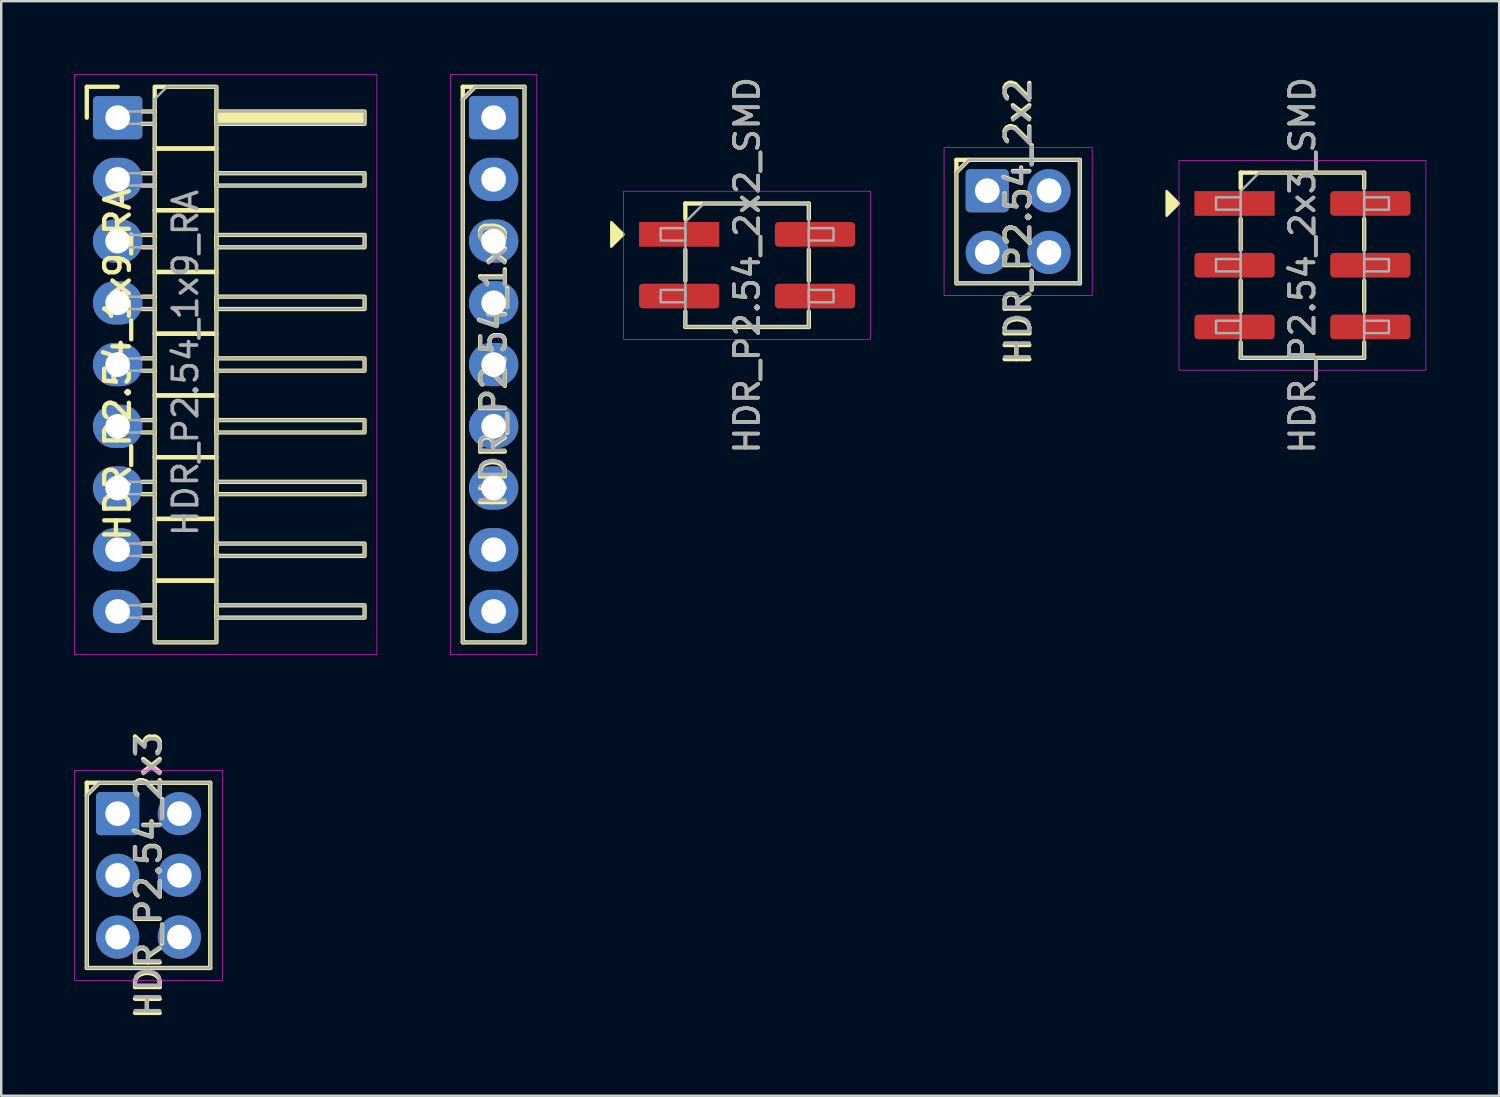
<source format=kicad_pcb>
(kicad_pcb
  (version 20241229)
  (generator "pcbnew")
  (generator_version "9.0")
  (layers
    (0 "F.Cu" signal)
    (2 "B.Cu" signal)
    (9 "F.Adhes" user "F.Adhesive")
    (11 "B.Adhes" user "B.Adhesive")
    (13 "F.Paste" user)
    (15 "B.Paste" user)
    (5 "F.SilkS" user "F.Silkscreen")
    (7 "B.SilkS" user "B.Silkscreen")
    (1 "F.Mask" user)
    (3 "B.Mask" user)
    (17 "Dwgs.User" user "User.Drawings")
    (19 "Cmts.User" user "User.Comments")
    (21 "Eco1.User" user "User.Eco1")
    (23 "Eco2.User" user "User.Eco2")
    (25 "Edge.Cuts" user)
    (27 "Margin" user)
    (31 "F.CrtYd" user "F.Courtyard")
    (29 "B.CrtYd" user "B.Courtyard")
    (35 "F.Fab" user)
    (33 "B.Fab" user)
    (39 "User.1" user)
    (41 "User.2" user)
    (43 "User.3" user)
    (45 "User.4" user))
  (footprint "HDR_P2.54_2x3"
    (layer "F.Cu")
    (at 3.061 32.969)
    (property "Reference" "HDR_P2.54_2x3" (at 0 0 90) (layer "F.SilkS") (effects (font (size 1.016 1.016) (thickness 0.178))))
    (attr through_hole)
    (fp_line (start -2.54 -3.81) (end -2.54 3.81) (stroke (width 0.178) (type solid)) (layer "F.SilkS"))
    (fp_line (start -2.54 -3.81) (end 2.54 -3.81) (stroke (width 0.178) (type solid)) (layer "F.SilkS"))
    (fp_line (start -2.54 -3.302) (end -2.032 -3.81) (stroke (width 0.178) (type solid)) (layer "F.SilkS"))
    (fp_line (start -2.54 3.81) (end 2.54 3.81) (stroke (width 0.178) (type solid)) (layer "F.SilkS"))
    (fp_line (start 2.54 -3.81) (end 2.54 3.81) (stroke (width 0.178) (type solid)) (layer "F.SilkS"))
    (fp_rect (start -3.048 -4.318) (end 3.048 4.318) (stroke (width 0.025) (type solid)) (fill no) (layer "F.CrtYd"))
    (fp_line (start -2.54 -3.302) (end -2.032 -3.81) (stroke (width 0.1) (type solid)) (layer "F.Fab"))
    (fp_line (start -2.54 3.81) (end -2.54 -3.302) (stroke (width 0.1) (type solid)) (layer "F.Fab"))
    (fp_line (start -2.032 -3.81) (end 2.54 -3.81) (stroke (width 0.1) (type solid)) (layer "F.Fab"))
    (fp_line (start 2.54 -3.81) (end 2.54 3.81) (stroke (width 0.1) (type solid)) (layer "F.Fab"))
    (fp_line (start 2.54 3.81) (end -2.54 3.81) (stroke (width 0.1) (type solid)) (layer "F.Fab"))
    (fp_text user "${REFERENCE}" (at 0 0 90) (layer "F.Fab") (effects (font (size 1 1) (thickness 0.15))))
    (pad "1" thru_hole roundrect (at -1.27 -2.54) (size 1.778 1.778) (drill 1.016) (layers "*.Cu" "*.Mask") (roundrect_rratio 0.1))
    (pad "2" thru_hole oval (at 1.27 -2.54) (size 1.778 1.778) (drill 1.016) (layers "*.Cu" "*.Mask"))
    (pad "3" thru_hole oval (at -1.27 0) (size 1.778 1.778) (drill 1.016) (layers "*.Cu" "*.Mask"))
    (pad "4" thru_hole oval (at 1.27 0) (size 1.778 1.778) (drill 1.016) (layers "*.Cu" "*.Mask"))
    (pad "5" thru_hole oval (at -1.27 2.54) (size 1.778 1.778) (drill 1.016) (layers "*.Cu" "*.Mask"))
    (pad "6" thru_hole oval (at 1.27 2.54) (size 1.778 1.778) (drill 1.016) (layers "*.Cu" "*.Mask")))
  (footprint "HDR_P2.54_1x9_RA"
    (layer "F.Cu")
    (at 1.791 11.951)
    (property "Reference" "HDR_P2.54_1x9_RA" (at 0 0 90) (layer "F.SilkS") (effects (font (size 1.016 1.016) (thickness 0.178))))
    (attr through_hole)
    (fp_line (start -1.27 -11.43) (end 0 -11.43) (stroke (width 0.178) (type solid)) (layer "F.SilkS"))
    (fp_line (start -1.27 -10.16) (end -1.27 -11.43) (stroke (width 0.178) (type solid)) (layer "F.SilkS"))
    (fp_line (start 1.016 -10.414) (end 1.524 -10.414) (stroke (width 0.178) (type solid)) (layer "F.SilkS"))
    (fp_line (start 1.016 -9.906) (end 1.524 -9.906) (stroke (width 0.178) (type solid)) (layer "F.SilkS"))
    (fp_line (start 1.016 -7.874) (end 1.524 -7.874) (stroke (width 0.178) (type solid)) (layer "F.SilkS"))
    (fp_line (start 1.016 -7.366) (end 1.524 -7.366) (stroke (width 0.178) (type solid)) (layer "F.SilkS"))
    (fp_line (start 1.016 -5.334) (end 1.524 -5.334) (stroke (width 0.178) (type solid)) (layer "F.SilkS"))
    (fp_line (start 1.016 -4.826) (end 1.524 -4.826) (stroke (width 0.178) (type solid)) (layer "F.SilkS"))
    (fp_line (start 1.016 -2.794) (end 1.524 -2.794) (stroke (width 0.178) (type solid)) (layer "F.SilkS"))
    (fp_line (start 1.016 -2.286) (end 1.524 -2.286) (stroke (width 0.178) (type solid)) (layer "F.SilkS"))
    (fp_line (start 1.016 -0.254) (end 1.524 -0.254) (stroke (width 0.178) (type solid)) (layer "F.SilkS"))
    (fp_line (start 1.016 0.254) (end 1.524 0.254) (stroke (width 0.178) (type solid)) (layer "F.SilkS"))
    (fp_line (start 1.016 2.286) (end 1.524 2.286) (stroke (width 0.178) (type solid)) (layer "F.SilkS"))
    (fp_line (start 1.016 2.794) (end 1.524 2.794) (stroke (width 0.178) (type solid)) (layer "F.SilkS"))
    (fp_line (start 1.016 4.826) (end 1.524 4.826) (stroke (width 0.178) (type solid)) (layer "F.SilkS"))
    (fp_line (start 1.016 5.334) (end 1.524 5.334) (stroke (width 0.178) (type solid)) (layer "F.SilkS"))
    (fp_line (start 1.016 7.366) (end 1.524 7.366) (stroke (width 0.178) (type solid)) (layer "F.SilkS"))
    (fp_line (start 1.016 7.874) (end 1.524 7.874) (stroke (width 0.178) (type solid)) (layer "F.SilkS"))
    (fp_line (start 1.016 9.906) (end 1.524 9.906) (stroke (width 0.178) (type solid)) (layer "F.SilkS"))
    (fp_line (start 1.016 10.414) (end 1.524 10.414) (stroke (width 0.178) (type solid)) (layer "F.SilkS"))
    (fp_rect (start 1.524 -8.89) (end 4.064 -11.43) (stroke (width 0.178) (type solid)) (fill no) (layer "F.SilkS"))
    (fp_rect (start 1.524 -6.35) (end 4.064 -8.89) (stroke (width 0.178) (type solid)) (fill no) (layer "F.SilkS"))
    (fp_rect (start 1.524 -3.81) (end 4.064 -6.35) (stroke (width 0.178) (type solid)) (fill no) (layer "F.SilkS"))
    (fp_rect (start 1.524 -1.27) (end 4.064 -3.81) (stroke (width 0.178) (type solid)) (fill no) (layer "F.SilkS"))
    (fp_rect (start 1.524 1.27) (end 4.064 -1.27) (stroke (width 0.178) (type solid)) (fill no) (layer "F.SilkS"))
    (fp_rect (start 1.524 3.81) (end 4.064 1.27) (stroke (width 0.178) (type solid)) (fill no) (layer "F.SilkS"))
    (fp_rect (start 1.524 6.35) (end 4.064 3.81) (stroke (width 0.178) (type solid)) (fill no) (layer "F.SilkS"))
    (fp_rect (start 1.524 8.89) (end 4.064 6.35) (stroke (width 0.178) (type solid)) (fill no) (layer "F.SilkS"))
    (fp_rect (start 1.524 11.43) (end 4.064 8.89) (stroke (width 0.178) (type solid)) (fill no) (layer "F.SilkS"))
    (fp_rect (start 4.064 -10.414) (end 10.16 -9.906) (stroke (width 0.178) (type solid)) (fill yes) (layer "F.SilkS"))
    (fp_rect (start 4.064 -7.874) (end 10.16 -7.366) (stroke (width 0.178) (type solid)) (fill no) (layer "F.SilkS"))
    (fp_rect (start 4.064 -5.334) (end 10.16 -4.826) (stroke (width 0.178) (type solid)) (fill no) (layer "F.SilkS"))
    (fp_rect (start 4.064 -2.794) (end 10.16 -2.286) (stroke (width 0.178) (type solid)) (fill no) (layer "F.SilkS"))
    (fp_rect (start 4.064 -0.254) (end 10.16 0.254) (stroke (width 0.178) (type solid)) (fill no) (layer "F.SilkS"))
    (fp_rect (start 4.064 2.286) (end 10.16 2.794) (stroke (width 0.178) (type solid)) (fill no) (layer "F.SilkS"))
    (fp_rect (start 4.064 4.826) (end 10.16 5.334) (stroke (width 0.178) (type solid)) (fill no) (layer "F.SilkS"))
    (fp_rect (start 4.064 7.366) (end 10.16 7.874) (stroke (width 0.178) (type solid)) (fill no) (layer "F.SilkS"))
    (fp_rect (start 4.064 9.906) (end 10.16 10.414) (stroke (width 0.178) (type solid)) (fill no) (layer "F.SilkS"))
    (fp_rect (start -1.778 -11.938) (end 10.668 11.938) (stroke (width 0.025) (type solid)) (fill no) (layer "F.CrtYd"))
    (fp_line (start 1.524 -10.922) (end 2.032 -11.43) (stroke (width 0.1) (type solid)) (layer "F.Fab"))
    (fp_line (start 1.524 11.43) (end 1.524 -10.922) (stroke (width 0.1) (type solid)) (layer "F.Fab"))
    (fp_line (start 2.032 -11.43) (end 4.064 -11.43) (stroke (width 0.1) (type solid)) (layer "F.Fab"))
    (fp_line (start 4.064 -11.43) (end 4.064 11.43) (stroke (width 0.1) (type solid)) (layer "F.Fab"))
    (fp_line (start 4.064 11.43) (end 1.524 11.43) (stroke (width 0.1) (type solid)) (layer "F.Fab"))
    (fp_rect (start -0.254 -10.414) (end 1.524 -9.906) (stroke (width 0.1) (type solid)) (fill no) (layer "F.Fab"))
    (fp_rect (start -0.254 -7.874) (end 1.524 -7.366) (stroke (width 0.1) (type solid)) (fill no) (layer "F.Fab"))
    (fp_rect (start -0.254 -5.334) (end 1.524 -4.826) (stroke (width 0.1) (type solid)) (fill no) (layer "F.Fab"))
    (fp_rect (start -0.254 -2.794) (end 1.524 -2.286) (stroke (width 0.1) (type solid)) (fill no) (layer "F.Fab"))
    (fp_rect (start -0.254 0.254) (end 1.524 -0.254) (stroke (width 0.1) (type solid)) (fill no) (layer "F.Fab"))
    (fp_rect (start -0.254 2.286) (end 1.524 2.794) (stroke (width 0.1) (type solid)) (fill no) (layer "F.Fab"))
    (fp_rect (start -0.254 4.826) (end 1.524 5.334) (stroke (width 0.1) (type solid)) (fill no) (layer "F.Fab"))
    (fp_rect (start -0.254 7.366) (end 1.524 7.874) (stroke (width 0.1) (type solid)) (fill no) (layer "F.Fab"))
    (fp_rect (start -0.254 9.906) (end 1.524 10.414) (stroke (width 0.1) (type solid)) (fill no) (layer "F.Fab"))
    (fp_rect (start 4.064 -10.414) (end 10.16 -9.906) (stroke (width 0.1) (type solid)) (fill no) (layer "F.Fab"))
    (fp_rect (start 4.064 -7.874) (end 10.16 -7.366) (stroke (width 0.1) (type solid)) (fill no) (layer "F.Fab"))
    (fp_rect (start 4.064 -5.334) (end 10.16 -4.826) (stroke (width 0.1) (type solid)) (fill no) (layer "F.Fab"))
    (fp_rect (start 4.064 -2.794) (end 10.16 -2.286) (stroke (width 0.1) (type solid)) (fill no) (layer "F.Fab"))
    (fp_rect (start 4.064 -0.254) (end 10.16 0.254) (stroke (width 0.1) (type solid)) (fill no) (layer "F.Fab"))
    (fp_rect (start 4.064 2.286) (end 10.16 2.794) (stroke (width 0.1) (type solid)) (fill no) (layer "F.Fab"))
    (fp_rect (start 4.064 5.334) (end 10.16 4.826) (stroke (width 0.1) (type solid)) (fill no) (layer "F.Fab"))
    (fp_rect (start 4.064 7.874) (end 10.16 7.366) (stroke (width 0.1) (type solid)) (fill no) (layer "F.Fab"))
    (fp_rect (start 4.064 9.906) (end 10.16 10.414) (stroke (width 0.1) (type solid)) (fill no) (layer "F.Fab"))
    (fp_text user "${REFERENCE}" (at 2.794 -0.066 90) (layer "F.Fab") (effects (font (size 1 1) (thickness 0.15))))
    (pad "1" thru_hole roundrect (at 0 -10.16) (size 2.032 1.778) (drill 1.016) (layers "*.Cu" "*.Mask") (roundrect_rratio 0.1))
    (pad "2" thru_hole oval (at 0 -7.62) (size 2.032 1.778) (drill 1.016) (layers "*.Cu" "*.Mask"))
    (pad "3" thru_hole oval (at 0 -5.08) (size 2.032 1.778) (drill 1.016) (layers "*.Cu" "*.Mask"))
    (pad "4" thru_hole oval (at 0 -2.54) (size 2.032 1.778) (drill 1.016) (layers "*.Cu" "*.Mask"))
    (pad "5" thru_hole oval (at 0 0) (size 2.032 1.778) (drill 1.016) (layers "*.Cu" "*.Mask"))
    (pad "6" thru_hole oval (at 0 2.54) (size 2.032 1.778) (drill 1.016) (layers "*.Cu" "*.Mask"))
    (pad "7" thru_hole oval (at 0 5.08) (size 2.032 1.778) (drill 1.016) (layers "*.Cu" "*.Mask"))
    (pad "8" thru_hole oval (at 0 7.62) (size 2.032 1.778) (drill 1.016) (layers "*.Cu" "*.Mask"))
    (pad "9" thru_hole oval (at 0 10.16) (size 2.032 1.778) (drill 1.016) (layers "*.Cu" "*.Mask")))
  (footprint "HDR_P2.54_1x9"
    (layer "F.Cu")
    (at 17.262 11.951)
    (property "Reference" "HDR_P2.54_1x9" (at 0 0 90) (layer "F.SilkS") (effects (font (size 1.016 1.016) (thickness 0.178))))
    (attr through_hole)
    (fp_line (start -1.27 -11.43) (end -1.27 11.43) (stroke (width 0.178) (type solid)) (layer "F.SilkS"))
    (fp_line (start -1.27 -11.43) (end 1.27 -11.43) (stroke (width 0.178) (type solid)) (layer "F.SilkS"))
    (fp_line (start -1.27 -10.922) (end -0.762 -11.43) (stroke (width 0.178) (type solid)) (layer "F.SilkS"))
    (fp_line (start -1.27 11.43) (end 1.27 11.43) (stroke (width 0.178) (type solid)) (layer "F.SilkS"))
    (fp_line (start 1.27 -11.43) (end 1.27 11.43) (stroke (width 0.178) (type solid)) (layer "F.SilkS"))
    (fp_rect (start -1.778 -11.938) (end 1.778 11.938) (stroke (width 0.025) (type solid)) (fill no) (layer "F.CrtYd"))
    (fp_line (start -1.27 -10.922) (end -0.762 -11.43) (stroke (width 0.1) (type solid)) (layer "F.Fab"))
    (fp_line (start -1.27 11.43) (end -1.27 -10.922) (stroke (width 0.1) (type solid)) (layer "F.Fab"))
    (fp_line (start -0.762 -11.43) (end 1.27 -11.43) (stroke (width 0.1) (type solid)) (layer "F.Fab"))
    (fp_line (start 1.27 -11.43) (end 1.27 11.43) (stroke (width 0.1) (type solid)) (layer "F.Fab"))
    (fp_line (start 1.27 11.43) (end -1.27 11.43) (stroke (width 0.1) (type solid)) (layer "F.Fab"))
    (fp_text user "${REFERENCE}" (at 0 0 90) (layer "F.Fab") (effects (font (size 1 1) (thickness 0.15))))
    (pad "1" thru_hole roundrect (at 0 -10.16) (size 2.032 1.778) (drill 1.016) (layers "*.Cu" "*.Mask") (roundrect_rratio 0.1))
    (pad "2" thru_hole oval (at 0 -7.62) (size 2.032 1.778) (drill 1.016) (layers "*.Cu" "*.Mask"))
    (pad "3" thru_hole oval (at 0 -5.08) (size 2.032 1.778) (drill 1.016) (layers "*.Cu" "*.Mask"))
    (pad "4" thru_hole oval (at 0 -2.54) (size 2.032 1.778) (drill 1.016) (layers "*.Cu" "*.Mask"))
    (pad "5" thru_hole oval (at 0 0) (size 2.032 1.778) (drill 1.016) (layers "*.Cu" "*.Mask"))
    (pad "6" thru_hole oval (at 0 2.54) (size 2.032 1.778) (drill 1.016) (layers "*.Cu" "*.Mask"))
    (pad "7" thru_hole oval (at 0 5.08) (size 2.032 1.778) (drill 1.016) (layers "*.Cu" "*.Mask"))
    (pad "8" thru_hole oval (at 0 7.62) (size 2.032 1.778) (drill 1.016) (layers "*.Cu" "*.Mask"))
    (pad "9" thru_hole oval (at 0 10.16) (size 2.032 1.778) (drill 1.016) (layers "*.Cu" "*.Mask")))
  (footprint "HDR_P2.54_2x3_SMD"
    (layer "F.Cu")
    (at 50.543 7.863)
    (property "Reference" "HDR_P2.54_2x3_SMD" (at 0 0 90) (layer "F.SilkS") (effects (font (size 1 1) (thickness 0.15))))
    (attr smd)
    (fp_line (start -2.54 -3.81) (end -2.54 -3.175) (stroke (width 0.178) (type solid)) (layer "F.SilkS"))
    (fp_line (start -2.54 -0.635) (end -2.54 -1.905) (stroke (width 0.178) (type solid)) (layer "F.SilkS"))
    (fp_line (start -2.54 1.905) (end -2.54 0.635) (stroke (width 0.178) (type solid)) (layer "F.SilkS"))
    (fp_line (start -2.54 3.81) (end -2.54 3.175) (stroke (width 0.178) (type solid)) (layer "F.SilkS"))
    (fp_line (start 2.54 -3.81) (end -2.54 -3.81) (stroke (width 0.178) (type solid)) (layer "F.SilkS"))
    (fp_line (start 2.54 -3.175) (end 2.54 -3.81) (stroke (width 0.178) (type solid)) (layer "F.SilkS"))
    (fp_line (start 2.54 -0.635) (end 2.54 -1.905) (stroke (width 0.178) (type solid)) (layer "F.SilkS"))
    (fp_line (start 2.54 1.905) (end 2.54 0.635) (stroke (width 0.178) (type solid)) (layer "F.SilkS"))
    (fp_line (start 2.54 3.175) (end 2.54 3.81) (stroke (width 0.178) (type solid)) (layer "F.SilkS"))
    (fp_line (start 2.54 3.81) (end -2.54 3.81) (stroke (width 0.178) (type solid)) (layer "F.SilkS"))
    (fp_poly (pts (xy -5.08 -2.54) (xy -5.588 -2.032) (xy -5.588 -3.048)) (stroke (width 0.1) (type solid)) (fill yes) (layer "F.SilkS"))
    (fp_rect (start -5.08 -4.318) (end 5.08 4.318) (stroke (width 0.025) (type solid)) (fill no) (layer "F.CrtYd"))
    (fp_line (start -2.54 -3.048) (end -1.778 -3.81) (stroke (width 0.1) (type solid)) (layer "F.Fab"))
    (fp_line (start -2.54 3.81) (end -2.54 -3.048) (stroke (width 0.1) (type solid)) (layer "F.Fab"))
    (fp_line (start -1.778 -3.81) (end 2.54 -3.81) (stroke (width 0.1) (type solid)) (layer "F.Fab"))
    (fp_line (start 2.54 -3.81) (end 2.54 3.81) (stroke (width 0.1) (type solid)) (layer "F.Fab"))
    (fp_line (start 2.54 3.81) (end -2.54 3.81) (stroke (width 0.1) (type solid)) (layer "F.Fab"))
    (fp_rect (start -3.556 -2.794) (end -2.54 -2.286) (stroke (width 0.1) (type solid)) (fill no) (layer "F.Fab"))
    (fp_rect (start -3.556 -0.254) (end -2.54 0.254) (stroke (width 0.1) (type solid)) (fill no) (layer "F.Fab"))
    (fp_rect (start -3.556 2.286) (end -2.54 2.794) (stroke (width 0.1) (type solid)) (fill no) (layer "F.Fab"))
    (fp_rect (start 2.54 -2.794) (end 3.556 -2.286) (stroke (width 0.1) (type solid)) (fill no) (layer "F.Fab"))
    (fp_rect (start 2.54 -0.254) (end 3.556 0.254) (stroke (width 0.1) (type solid)) (fill no) (layer "F.Fab"))
    (fp_rect (start 2.54 2.286) (end 3.556 2.794) (stroke (width 0.1) (type solid)) (fill no) (layer "F.Fab"))
    (fp_text user "${REFERENCE}" (at 0 0 90) (layer "F.Fab") (effects (font (size 1 1) (thickness 0.15))))
    (pad "1" smd rect (at -2.794 -2.54) (size 3.302 1.016) (layers "F.Cu" "F.Mask" "F.Paste"))
    (pad "2" smd roundrect (at 2.794 -2.54) (size 3.302 1.016) (layers "F.Cu" "F.Mask" "F.Paste") (roundrect_rratio 0.15))
    (pad "3" smd roundrect (at -2.794 0) (size 3.302 1.016) (layers "F.Cu" "F.Mask" "F.Paste") (roundrect_rratio 0.15))
    (pad "4" smd roundrect (at 2.794 0) (size 3.302 1.016) (layers "F.Cu" "F.Mask" "F.Paste") (roundrect_rratio 0.15))
    (pad "5" smd roundrect (at -2.794 2.54) (size 3.302 1.016) (layers "F.Cu" "F.Mask" "F.Paste") (roundrect_rratio 0.15))
    (pad "6" smd roundrect (at 2.794 2.54) (size 3.302 1.016) (layers "F.Cu" "F.Mask" "F.Paste") (roundrect_rratio 0.15)))
  (footprint "HDR_P2.54_2x2"
    (layer "F.Cu")
    (at 38.844 6.068)
    (property "Reference" "HDR_P2.54_2x2" (at 0 0 90) (layer "F.SilkS") (effects (font (size 1.016 1.016) (thickness 0.178))))
    (attr through_hole)
    (fp_line (start -2.54 -2.54) (end -2.54 2.54) (stroke (width 0.178) (type solid)) (layer "F.SilkS"))
    (fp_line (start -2.54 -2.54) (end 2.54 -2.54) (stroke (width 0.178) (type solid)) (layer "F.SilkS"))
    (fp_line (start -2.54 -2.032) (end -2.032 -2.54) (stroke (width 0.178) (type solid)) (layer "F.SilkS"))
    (fp_line (start -2.54 2.54) (end 2.54 2.54) (stroke (width 0.178) (type solid)) (layer "F.SilkS"))
    (fp_line (start 2.54 -2.54) (end 2.54 2.54) (stroke (width 0.178) (type solid)) (layer "F.SilkS"))
    (fp_rect (start -3.048 -3.048) (end 3.048 3.048) (stroke (width 0.025) (type solid)) (fill no) (layer "F.CrtYd"))
    (fp_line (start -2.54 -2.032) (end -2.032 -2.54) (stroke (width 0.1) (type solid)) (layer "F.Fab"))
    (fp_line (start -2.54 2.54) (end -2.54 -2.032) (stroke (width 0.1) (type solid)) (layer "F.Fab"))
    (fp_line (start -2.032 -2.54) (end 2.54 -2.54) (stroke (width 0.1) (type solid)) (layer "F.Fab"))
    (fp_line (start 2.54 -2.54) (end 2.54 2.54) (stroke (width 0.1) (type solid)) (layer "F.Fab"))
    (fp_line (start 2.54 2.54) (end -2.54 2.54) (stroke (width 0.1) (type solid)) (layer "F.Fab"))
    (fp_text user "${REFERENCE}" (at 0 0 90) (layer "F.Fab") (effects (font (size 1 1) (thickness 0.15))))
    (pad "1" thru_hole roundrect (at -1.27 -1.27) (size 1.778 1.778) (drill 1.016) (layers "*.Cu" "*.Mask") (roundrect_rratio 0.1))
    (pad "2" thru_hole oval (at 1.27 -1.27) (size 1.778 1.778) (drill 1.016) (layers "*.Cu" "*.Mask"))
    (pad "3" thru_hole oval (at -1.27 1.27) (size 1.778 1.778) (drill 1.016) (layers "*.Cu" "*.Mask"))
    (pad "4" thru_hole oval (at 1.27 1.27) (size 1.778 1.778) (drill 1.016) (layers "*.Cu" "*.Mask")))
  (footprint "HDR_P2.54_2x2_SMD"
    (layer "F.Cu")
    (at 27.691 7.863)
    (property "Reference" "HDR_P2.54_2x2_SMD" (at 0 0 90) (layer "F.SilkS") (effects (font (size 1 1) (thickness 0.15))))
    (attr smd)
    (fp_line (start -2.54 -2.54) (end -2.54 -1.905) (stroke (width 0.178) (type solid)) (layer "F.SilkS"))
    (fp_line (start -2.54 0.635) (end -2.54 -0.635) (stroke (width 0.178) (type solid)) (layer "F.SilkS"))
    (fp_line (start -2.54 2.54) (end -2.54 1.905) (stroke (width 0.178) (type solid)) (layer "F.SilkS"))
    (fp_line (start 2.54 -2.54) (end -2.54 -2.54) (stroke (width 0.178) (type solid)) (layer "F.SilkS"))
    (fp_line (start 2.54 -1.905) (end 2.54 -2.54) (stroke (width 0.178) (type solid)) (layer "F.SilkS"))
    (fp_line (start 2.54 0.635) (end 2.54 -0.635) (stroke (width 0.178) (type solid)) (layer "F.SilkS"))
    (fp_line (start 2.54 1.905) (end 2.54 2.54) (stroke (width 0.178) (type solid)) (layer "F.SilkS"))
    (fp_line (start 2.54 2.54) (end -2.54 2.54) (stroke (width 0.178) (type solid)) (layer "F.SilkS"))
    (fp_poly (pts (xy -5.08 -1.27) (xy -5.588 -0.762) (xy -5.588 -1.778)) (stroke (width 0.1) (type solid)) (fill yes) (layer "F.SilkS"))
    (fp_rect (start -5.08 -3.048) (end 5.08 3.048) (stroke (width 0.025) (type solid)) (fill no) (layer "F.CrtYd"))
    (fp_line (start -2.54 -1.778) (end -1.778 -2.54) (stroke (width 0.1) (type solid)) (layer "F.Fab"))
    (fp_line (start -2.54 2.54) (end -2.54 -1.778) (stroke (width 0.1) (type solid)) (layer "F.Fab"))
    (fp_line (start -1.778 -2.54) (end 2.54 -2.54) (stroke (width 0.1) (type solid)) (layer "F.Fab"))
    (fp_line (start 2.54 -2.54) (end 2.54 2.54) (stroke (width 0.1) (type solid)) (layer "F.Fab"))
    (fp_line (start 2.54 2.54) (end -2.54 2.54) (stroke (width 0.1) (type solid)) (layer "F.Fab"))
    (fp_rect (start -3.556 -1.524) (end -2.54 -1.016) (stroke (width 0.1) (type solid)) (fill no) (layer "F.Fab"))
    (fp_rect (start -3.556 1.016) (end -2.54 1.524) (stroke (width 0.1) (type solid)) (fill no) (layer "F.Fab"))
    (fp_rect (start 2.54 -1.524) (end 3.556 -1.016) (stroke (width 0.1) (type solid)) (fill no) (layer "F.Fab"))
    (fp_rect (start 2.54 1.016) (end 3.556 1.524) (stroke (width 0.1) (type solid)) (fill no) (layer "F.Fab"))
    (fp_text user "${REFERENCE}" (at 0 0 90) (layer "F.Fab") (effects (font (size 1 1) (thickness 0.15))))
    (pad "1" smd rect (at -2.794 -1.27) (size 3.302 1.016) (layers "F.Cu" "F.Mask" "F.Paste"))
    (pad "2" smd roundrect (at 2.794 -1.27) (size 3.302 1.016) (layers "F.Cu" "F.Mask" "F.Paste") (roundrect_rratio 0.15))
    (pad "3" smd roundrect (at -2.794 1.27) (size 3.302 1.016) (layers "F.Cu" "F.Mask" "F.Paste") (roundrect_rratio 0.15))
    (pad "4" smd roundrect (at 2.794 1.27) (size 3.302 1.016) (layers "F.Cu" "F.Mask" "F.Paste") (roundrect_rratio 0.15)))
  (gr_rect
    (start -3 -3)
    (end 58.636 42.037)
    (stroke (width 0.1) (type default))
    (fill no)
    (layer "Edge.Cuts")))
</source>
